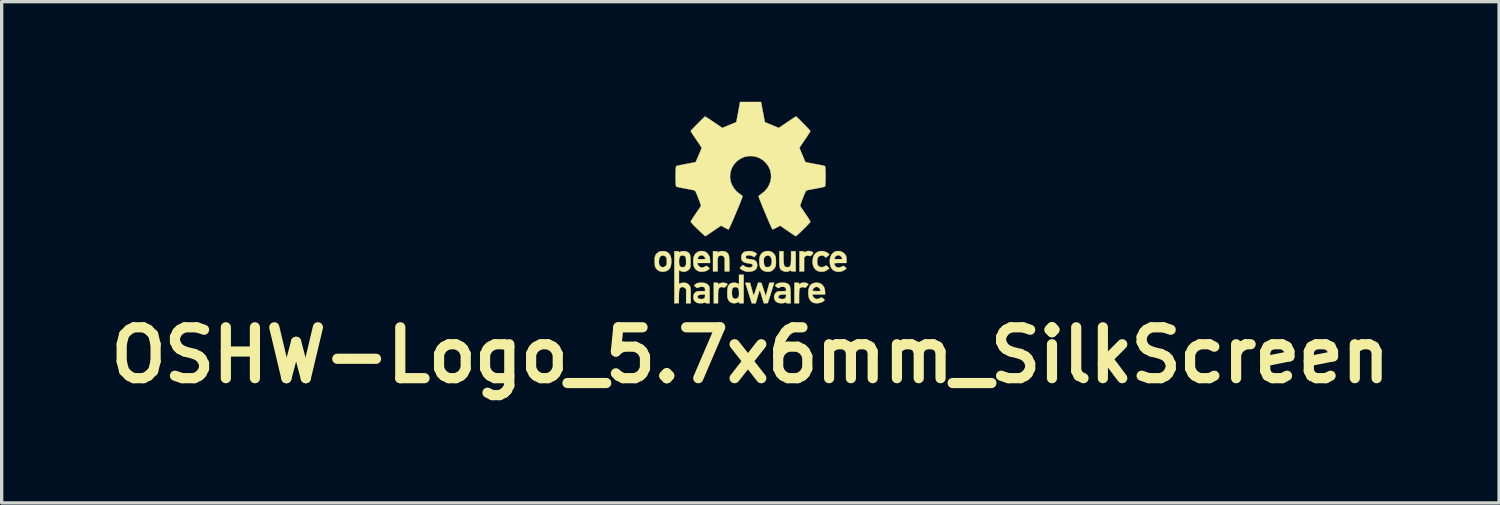
<source format=kicad_pcb>
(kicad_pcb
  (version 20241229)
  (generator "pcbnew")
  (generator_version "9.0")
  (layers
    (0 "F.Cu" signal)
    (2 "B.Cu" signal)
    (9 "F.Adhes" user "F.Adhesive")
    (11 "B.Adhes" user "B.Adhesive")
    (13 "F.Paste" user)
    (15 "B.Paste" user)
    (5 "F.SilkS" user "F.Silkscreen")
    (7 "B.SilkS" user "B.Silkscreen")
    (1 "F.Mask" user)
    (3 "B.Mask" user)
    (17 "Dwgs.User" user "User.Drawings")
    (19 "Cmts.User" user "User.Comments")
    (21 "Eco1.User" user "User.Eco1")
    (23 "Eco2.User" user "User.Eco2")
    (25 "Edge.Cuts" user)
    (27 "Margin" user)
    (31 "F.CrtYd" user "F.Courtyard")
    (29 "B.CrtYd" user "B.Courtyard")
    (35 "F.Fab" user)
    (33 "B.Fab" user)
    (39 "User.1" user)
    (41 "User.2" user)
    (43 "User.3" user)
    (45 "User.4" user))
  (footprint "OSHW-Logo_5.7x6mm_SilkScreen"
    (layer "F.Cu")
    (at 19.427 3.017)
    (property "Reference" "OSHW-Logo_5.7x6mm_SilkScreen" (at 0 4.572 0) (layer "F.SilkS") (effects (font (size 1.524 1.524) (thickness 0.305))))
    (attr exclude_from_pos_files exclude_from_bom)
    (fp_poly (pts (xy 1.799 1.458) (xy 1.843 1.471) (xy 1.871 1.488) (xy 1.88 1.501) (xy 1.877 1.517) (xy 1.861 1.541) (xy 1.847 1.559) (xy 1.819 1.59) (xy 1.798 1.604) (xy 1.78 1.603) (xy 1.726 1.589) (xy 1.687 1.59) (xy 1.655 1.605) (xy 1.644 1.614) (xy 1.61 1.646) (xy 1.61 2.062) (xy 1.471 2.062) (xy 1.471 1.459) (xy 1.54 1.459) (xy 1.582 1.46) (xy 1.603 1.466) (xy 1.61 1.477) (xy 1.61 1.478) (xy 1.612 1.49) (xy 1.626 1.488) (xy 1.644 1.48) (xy 1.682 1.464) (xy 1.713 1.454) (xy 1.753 1.451) (xy 1.799 1.458)) (stroke (width 0.01) (type solid)) (fill yes) (layer "F.SilkS"))
    (fp_poly (pts (xy 1.635 2.401) (xy 1.684 2.411) (xy 1.711 2.425) (xy 1.74 2.449) (xy 1.699 2.501) (xy 1.673 2.532) (xy 1.656 2.547) (xy 1.639 2.55) (xy 1.614 2.542) (xy 1.602 2.538) (xy 1.554 2.532) (xy 1.51 2.545) (xy 1.478 2.576) (xy 1.473 2.585) (xy 1.467 2.611) (xy 1.463 2.659) (xy 1.46 2.725) (xy 1.459 2.806) (xy 1.459 2.817) (xy 1.459 3.018) (xy 1.32 3.018) (xy 1.32 2.402) (xy 1.389 2.402) (xy 1.429 2.403) (xy 1.45 2.407) (xy 1.458 2.418) (xy 1.459 2.428) (xy 1.459 2.454) (xy 1.492 2.428) (xy 1.53 2.41) (xy 1.581 2.401) (xy 1.635 2.401)) (stroke (width 0.01) (type solid)) (fill yes) (layer "F.SilkS"))
    (fp_poly (pts (xy -0.993 2.403) (xy -0.975 2.409) (xy -0.968 2.421) (xy -0.968 2.427) (xy -0.967 2.442) (xy -0.96 2.445) (xy -0.939 2.434) (xy -0.927 2.427) (xy -0.889 2.411) (xy -0.844 2.403) (xy -0.797 2.403) (xy -0.752 2.409) (xy -0.716 2.42) (xy -0.693 2.436) (xy -0.688 2.456) (xy -0.69 2.462) (xy -0.707 2.485) (xy -0.733 2.513) (xy -0.738 2.517) (xy -0.762 2.538) (xy -0.784 2.545) (xy -0.814 2.54) (xy -0.826 2.537) (xy -0.863 2.529) (xy -0.889 2.533) (xy -0.911 2.545) (xy -0.931 2.561) (xy -0.946 2.581) (xy -0.956 2.609) (xy -0.963 2.648) (xy -0.967 2.704) (xy -0.968 2.779) (xy -0.968 2.824) (xy -0.968 3.018) (xy -1.094 3.018) (xy -1.094 2.402) (xy -1.031 2.402) (xy -0.993 2.403)) (stroke (width 0.01) (type solid)) (fill yes) (layer "F.SilkS"))
    (fp_poly (pts (xy 0.993 1.654) (xy 0.995 1.747) (xy 0.999 1.817) (xy 1.008 1.867) (xy 1.022 1.902) (xy 1.042 1.923) (xy 1.071 1.933) (xy 1.107 1.936) (xy 1.144 1.933) (xy 1.172 1.922) (xy 1.192 1.9) (xy 1.206 1.865) (xy 1.214 1.814) (xy 1.219 1.742) (xy 1.22 1.654) (xy 1.22 1.459) (xy 1.358 1.459) (xy 1.358 2.062) (xy 1.289 2.062) (xy 1.247 2.06) (xy 1.226 2.055) (xy 1.22 2.043) (xy 1.216 2.033) (xy 1.202 2.035) (xy 1.173 2.05) (xy 1.106 2.071) (xy 1.036 2.07) (xy 0.968 2.046) (xy 0.936 2.027) (xy 0.912 2.007) (xy 0.894 1.982) (xy 0.881 1.947) (xy 0.874 1.901) (xy 0.87 1.839) (xy 0.868 1.758) (xy 0.868 1.695) (xy 0.868 1.459) (xy 0.993 1.459) (xy 0.993 1.654)) (stroke (width 0.01) (type solid)) (fill yes) (layer "F.SilkS"))
    (fp_poly (pts (xy -0.754 1.469) (xy -0.723 1.484) (xy -0.692 1.506) (xy -0.669 1.53) (xy -0.652 1.562) (xy -0.641 1.604) (xy -0.634 1.66) (xy -0.63 1.734) (xy -0.629 1.829) (xy -0.629 1.839) (xy -0.629 2.062) (xy -0.767 2.062) (xy -0.767 1.856) (xy -0.767 1.78) (xy -0.768 1.725) (xy -0.77 1.687) (xy -0.773 1.661) (xy -0.779 1.643) (xy -0.788 1.63) (xy -0.8 1.618) (xy -0.843 1.59) (xy -0.89 1.585) (xy -0.934 1.602) (xy -0.95 1.615) (xy -0.961 1.627) (xy -0.969 1.641) (xy -0.975 1.659) (xy -0.978 1.686) (xy -0.98 1.726) (xy -0.981 1.784) (xy -0.981 1.854) (xy -0.981 2.062) (xy -1.119 2.062) (xy -1.119 1.459) (xy -1.05 1.459) (xy -1.008 1.46) (xy -0.987 1.466) (xy -0.981 1.477) (xy -0.981 1.478) (xy -0.978 1.489) (xy -0.965 1.488) (xy -0.94 1.475) (xy -0.883 1.457) (xy -0.817 1.455) (xy -0.754 1.469)) (stroke (width 0.01) (type solid)) (fill yes) (layer "F.SilkS"))
    (fp_poly (pts (xy 2.217 1.464) (xy 2.29 1.495) (xy 2.313 1.51) (xy 2.342 1.533) (xy 2.361 1.551) (xy 2.364 1.557) (xy 2.355 1.57) (xy 2.332 1.593) (xy 2.313 1.608) (xy 2.263 1.649) (xy 2.223 1.615) (xy 2.192 1.594) (xy 2.162 1.586) (xy 2.127 1.588) (xy 2.073 1.602) (xy 2.035 1.63) (xy 2.012 1.675) (xy 2.002 1.741) (xy 2.002 1.741) (xy 2.002 1.815) (xy 2.016 1.869) (xy 2.044 1.906) (xy 2.063 1.918) (xy 2.114 1.934) (xy 2.168 1.934) (xy 2.215 1.919) (xy 2.226 1.911) (xy 2.253 1.893) (xy 2.275 1.889) (xy 2.299 1.903) (xy 2.325 1.929) (xy 2.366 1.971) (xy 2.32 2.008) (xy 2.25 2.051) (xy 2.17 2.072) (xy 2.087 2.07) (xy 2.033 2.056) (xy 1.969 2.022) (xy 1.918 1.968) (xy 1.895 1.93) (xy 1.876 1.876) (xy 1.867 1.806) (xy 1.867 1.731) (xy 1.876 1.659) (xy 1.894 1.599) (xy 1.897 1.593) (xy 1.94 1.532) (xy 1.998 1.488) (xy 2.067 1.461) (xy 2.141 1.453) (xy 2.217 1.464)) (stroke (width 0.01) (type solid)) (fill yes) (layer "F.SilkS"))
    (fp_poly (pts (xy 0.611 1.466) (xy 0.674 1.501) (xy 0.724 1.555) (xy 0.748 1.6) (xy 0.758 1.639) (xy 0.764 1.695) (xy 0.767 1.76) (xy 0.766 1.824) (xy 0.761 1.881) (xy 0.755 1.912) (xy 0.734 1.953) (xy 0.698 1.997) (xy 0.656 2.036) (xy 0.613 2.061) (xy 0.612 2.061) (xy 0.56 2.072) (xy 0.497 2.073) (xy 0.438 2.063) (xy 0.415 2.055) (xy 0.356 2.021) (xy 0.314 1.978) (xy 0.286 1.92) (xy 0.271 1.844) (xy 0.267 1.804) (xy 0.268 1.754) (xy 0.402 1.754) (xy 0.407 1.827) (xy 0.42 1.882) (xy 0.441 1.918) (xy 0.456 1.928) (xy 0.493 1.935) (xy 0.539 1.933) (xy 0.577 1.923) (xy 0.588 1.917) (xy 0.615 1.885) (xy 0.632 1.835) (xy 0.64 1.774) (xy 0.636 1.708) (xy 0.628 1.669) (xy 0.604 1.624) (xy 0.567 1.595) (xy 0.522 1.586) (xy 0.475 1.596) (xy 0.439 1.621) (xy 0.42 1.642) (xy 0.409 1.662) (xy 0.404 1.69) (xy 0.402 1.733) (xy 0.402 1.754) (xy 0.268 1.754) (xy 0.268 1.698) (xy 0.285 1.611) (xy 0.319 1.543) (xy 0.369 1.494) (xy 0.435 1.464) (xy 0.45 1.46) (xy 0.535 1.452) (xy 0.611 1.466)) (stroke (width 0.01) (type solid)) (fill yes) (layer "F.SilkS"))
    (fp_poly (pts (xy 0.282 2.404) (xy 0.331 2.408) (xy 0.461 2.798) (xy 0.482 2.729) (xy 0.494 2.686) (xy 0.51 2.628) (xy 0.528 2.565) (xy 0.537 2.531) (xy 0.571 2.402) (xy 0.714 2.402) (xy 0.672 2.537) (xy 0.651 2.603) (xy 0.625 2.684) (xy 0.599 2.767) (xy 0.575 2.842) (xy 0.521 3.012) (xy 0.463 3.015) (xy 0.404 3.019) (xy 0.373 2.915) (xy 0.353 2.85) (xy 0.332 2.778) (xy 0.313 2.715) (xy 0.313 2.713) (xy 0.299 2.67) (xy 0.286 2.641) (xy 0.278 2.63) (xy 0.276 2.631) (xy 0.27 2.648) (xy 0.258 2.685) (xy 0.242 2.736) (xy 0.224 2.798) (xy 0.214 2.832) (xy 0.159 3.018) (xy 0.043 3.018) (xy -0.049 2.725) (xy -0.075 2.643) (xy -0.099 2.569) (xy -0.119 2.506) (xy -0.135 2.457) (xy -0.145 2.426) (xy -0.148 2.417) (xy -0.146 2.407) (xy -0.127 2.403) (xy -0.087 2.404) (xy -0.081 2.404) (xy -0.008 2.408) (xy 0.04 2.584) (xy 0.058 2.648) (xy 0.073 2.705) (xy 0.086 2.748) (xy 0.094 2.775) (xy 0.095 2.779) (xy 0.101 2.774) (xy 0.113 2.749) (xy 0.13 2.706) (xy 0.15 2.65) (xy 0.167 2.599) (xy 0.232 2.401) (xy 0.282 2.404)) (stroke (width 0.01) (type solid)) (fill yes) (layer "F.SilkS"))
    (fp_poly (pts (xy -2.538 1.465) (xy -2.472 1.494) (xy -2.423 1.543) (xy -2.388 1.611) (xy -2.37 1.699) (xy -2.369 1.712) (xy -2.368 1.809) (xy -2.381 1.894) (xy -2.408 1.962) (xy -2.423 1.984) (xy -2.473 2.031) (xy -2.538 2.061) (xy -2.61 2.074) (xy -2.683 2.067) (xy -2.739 2.048) (xy -2.787 2.015) (xy -2.826 1.971) (xy -2.827 1.97) (xy -2.843 1.943) (xy -2.853 1.916) (xy -2.86 1.882) (xy -2.863 1.834) (xy -2.865 1.795) (xy -2.866 1.759) (xy -2.74 1.759) (xy -2.739 1.795) (xy -2.734 1.842) (xy -2.726 1.872) (xy -2.712 1.894) (xy -2.699 1.907) (xy -2.652 1.933) (xy -2.603 1.937) (xy -2.557 1.918) (xy -2.534 1.896) (xy -2.517 1.875) (xy -2.507 1.854) (xy -2.503 1.828) (xy -2.503 1.788) (xy -2.504 1.751) (xy -2.507 1.698) (xy -2.512 1.664) (xy -2.52 1.641) (xy -2.533 1.624) (xy -2.544 1.615) (xy -2.589 1.589) (xy -2.637 1.588) (xy -2.678 1.603) (xy -2.713 1.635) (xy -2.733 1.687) (xy -2.74 1.759) (xy -2.866 1.759) (xy -2.866 1.717) (xy -2.864 1.658) (xy -2.856 1.614) (xy -2.843 1.579) (xy -2.822 1.549) (xy -2.814 1.539) (xy -2.766 1.494) (xy -2.714 1.467) (xy -2.651 1.456) (xy -2.62 1.455) (xy -2.538 1.465)) (stroke (width 0.01) (type solid)) (fill yes) (layer "F.SilkS"))
    (fp_poly (pts (xy -0.201 3.018) (xy -0.27 3.018) (xy -0.31 3.017) (xy -0.331 3.012) (xy -0.339 3.001) (xy -0.34 2.994) (xy -0.341 2.98) (xy -0.349 2.977) (xy -0.37 2.986) (xy -0.386 2.994) (xy -0.449 3.014) (xy -0.517 3.015) (xy -0.573 3) (xy -0.624 2.965) (xy -0.664 2.913) (xy -0.685 2.851) (xy -0.686 2.848) (xy -0.689 2.811) (xy -0.691 2.757) (xy -0.691 2.716) (xy -0.553 2.716) (xy -0.55 2.77) (xy -0.543 2.815) (xy -0.533 2.84) (xy -0.496 2.874) (xy -0.452 2.887) (xy -0.407 2.877) (xy -0.368 2.847) (xy -0.353 2.827) (xy -0.345 2.803) (xy -0.34 2.768) (xy -0.34 2.716) (xy -0.341 2.664) (xy -0.346 2.619) (xy -0.353 2.588) (xy -0.354 2.585) (xy -0.38 2.553) (xy -0.42 2.535) (xy -0.463 2.532) (xy -0.504 2.545) (xy -0.534 2.573) (xy -0.537 2.578) (xy -0.547 2.612) (xy -0.552 2.661) (xy -0.553 2.716) (xy -0.691 2.716) (xy -0.691 2.696) (xy -0.69 2.663) (xy -0.684 2.581) (xy -0.671 2.52) (xy -0.649 2.474) (xy -0.618 2.441) (xy -0.587 2.421) (xy -0.544 2.407) (xy -0.491 2.402) (xy -0.436 2.406) (xy -0.39 2.418) (xy -0.365 2.433) (xy -0.34 2.456) (xy -0.34 2.163) (xy -0.201 2.163) (xy -0.201 3.018)) (stroke (width 0.01) (type solid)) (fill yes) (layer "F.SilkS"))
    (fp_poly (pts (xy 2.678 1.456) (xy 2.71 1.464) (xy 2.772 1.493) (xy 2.825 1.537) (xy 2.861 1.589) (xy 2.866 1.601) (xy 2.873 1.632) (xy 2.878 1.677) (xy 2.88 1.723) (xy 2.88 1.811) (xy 2.697 1.811) (xy 2.622 1.811) (xy 2.569 1.813) (xy 2.535 1.817) (xy 2.518 1.826) (xy 2.514 1.84) (xy 2.521 1.86) (xy 2.533 1.884) (xy 2.566 1.925) (xy 2.612 1.945) (xy 2.669 1.944) (xy 2.733 1.922) (xy 2.788 1.895) (xy 2.834 1.932) (xy 2.88 1.968) (xy 2.837 2.008) (xy 2.779 2.046) (xy 2.708 2.068) (xy 2.632 2.075) (xy 2.558 2.063) (xy 2.546 2.059) (xy 2.481 2.026) (xy 2.433 1.975) (xy 2.4 1.906) (xy 2.382 1.818) (xy 2.382 1.816) (xy 2.381 1.72) (xy 2.387 1.686) (xy 2.515 1.686) (xy 2.527 1.691) (xy 2.558 1.695) (xy 2.605 1.697) (xy 2.635 1.698) (xy 2.691 1.697) (xy 2.725 1.696) (xy 2.744 1.692) (xy 2.75 1.685) (xy 2.748 1.674) (xy 2.747 1.669) (xy 2.724 1.627) (xy 2.689 1.594) (xy 2.658 1.579) (xy 2.616 1.58) (xy 2.574 1.598) (xy 2.539 1.629) (xy 2.518 1.666) (xy 2.515 1.686) (xy 2.387 1.686) (xy 2.397 1.635) (xy 2.429 1.564) (xy 2.475 1.509) (xy 2.533 1.471) (xy 2.601 1.453) (xy 2.678 1.456)) (stroke (width 0.01) (type solid)) (fill yes) (layer "F.SilkS"))
    (fp_poly (pts (xy 0.014 1.456) (xy 0.062 1.465) (xy 0.111 1.484) (xy 0.116 1.487) (xy 0.154 1.506) (xy 0.18 1.525) (xy 0.188 1.537) (xy 0.18 1.556) (xy 0.161 1.584) (xy 0.152 1.594) (xy 0.117 1.636) (xy 0.071 1.609) (xy 0.027 1.591) (xy -0.023 1.581) (xy -0.071 1.581) (xy -0.109 1.59) (xy -0.117 1.595) (xy -0.135 1.621) (xy -0.137 1.651) (xy -0.124 1.674) (xy -0.116 1.679) (xy -0.094 1.684) (xy -0.054 1.691) (xy -0.005 1.697) (xy 0.004 1.698) (xy 0.083 1.712) (xy 0.14 1.735) (xy 0.178 1.77) (xy 0.199 1.818) (xy 0.206 1.878) (xy 0.197 1.945) (xy 0.167 1.998) (xy 0.117 2.037) (xy 0.047 2.061) (xy -0.031 2.071) (xy -0.095 2.071) (xy -0.147 2.062) (xy -0.182 2.05) (xy -0.227 2.029) (xy -0.268 2.005) (xy -0.283 1.994) (xy -0.321 1.963) (xy -0.275 1.917) (xy -0.23 1.871) (xy -0.178 1.905) (xy -0.126 1.931) (xy -0.071 1.944) (xy -0.017 1.946) (xy 0.028 1.935) (xy 0.06 1.914) (xy 0.07 1.895) (xy 0.069 1.865) (xy 0.043 1.843) (xy -0.007 1.827) (xy -0.061 1.82) (xy -0.145 1.806) (xy -0.207 1.78) (xy -0.248 1.741) (xy -0.27 1.688) (xy -0.273 1.625) (xy -0.258 1.56) (xy -0.225 1.51) (xy -0.171 1.476) (xy -0.099 1.458) (xy -0.045 1.455) (xy 0.014 1.456)) (stroke (width 0.01) (type solid)) (fill yes) (layer "F.SilkS"))
    (fp_poly (pts (xy 2.033 2.405) (xy 2.093 2.421) (xy 2.143 2.453) (xy 2.167 2.477) (xy 2.207 2.534) (xy 2.23 2.6) (xy 2.238 2.681) (xy 2.238 2.688) (xy 2.238 2.754) (xy 1.858 2.754) (xy 1.866 2.788) (xy 1.881 2.82) (xy 1.907 2.852) (xy 1.912 2.857) (xy 1.958 2.886) (xy 2.01 2.89) (xy 2.071 2.872) (xy 2.081 2.867) (xy 2.112 2.852) (xy 2.133 2.843) (xy 2.137 2.842) (xy 2.15 2.85) (xy 2.174 2.869) (xy 2.187 2.879) (xy 2.212 2.903) (xy 2.221 2.919) (xy 2.215 2.934) (xy 2.212 2.938) (xy 2.191 2.955) (xy 2.156 2.976) (xy 2.131 2.988) (xy 2.062 3.01) (xy 1.985 3.017) (xy 1.913 3.009) (xy 1.892 3.003) (xy 1.829 2.969) (xy 1.783 2.917) (xy 1.752 2.846) (xy 1.737 2.757) (xy 1.736 2.71) (xy 1.74 2.641) (xy 1.861 2.641) (xy 1.873 2.646) (xy 1.904 2.65) (xy 1.95 2.653) (xy 1.98 2.653) (xy 2.036 2.653) (xy 2.071 2.651) (xy 2.09 2.647) (xy 2.098 2.639) (xy 2.1 2.628) (xy 2.089 2.594) (xy 2.062 2.561) (xy 2.026 2.535) (xy 1.991 2.525) (xy 1.942 2.534) (xy 1.9 2.561) (xy 1.871 2.6) (xy 1.861 2.641) (xy 1.74 2.641) (xy 1.743 2.61) (xy 1.764 2.531) (xy 1.8 2.471) (xy 1.852 2.431) (xy 1.92 2.408) (xy 1.957 2.404) (xy 2.033 2.405)) (stroke (width 0.01) (type solid)) (fill yes) (layer "F.SilkS"))
    (fp_poly (pts (xy -1.357 1.473) (xy -1.344 1.479) (xy -1.301 1.51) (xy -1.26 1.557) (xy -1.229 1.608) (xy -1.22 1.631) (xy -1.213 1.673) (xy -1.208 1.724) (xy -1.207 1.745) (xy -1.207 1.811) (xy -1.587 1.811) (xy -1.579 1.845) (xy -1.559 1.886) (xy -1.524 1.922) (xy -1.483 1.944) (xy -1.457 1.949) (xy -1.421 1.943) (xy -1.378 1.929) (xy -1.364 1.922) (xy -1.31 1.896) (xy -1.265 1.93) (xy -1.238 1.954) (xy -1.224 1.973) (xy -1.223 1.979) (xy -1.236 1.993) (xy -1.263 2.014) (xy -1.288 2.03) (xy -1.356 2.06) (xy -1.431 2.073) (xy -1.506 2.07) (xy -1.565 2.052) (xy -1.627 2.013) (xy -1.671 1.962) (xy -1.698 1.895) (xy -1.71 1.811) (xy -1.711 1.773) (xy -1.707 1.685) (xy -1.706 1.682) (xy -1.581 1.682) (xy -1.577 1.691) (xy -1.563 1.695) (xy -1.533 1.697) (xy -1.485 1.698) (xy -1.466 1.698) (xy -1.408 1.697) (xy -1.372 1.694) (xy -1.353 1.689) (xy -1.346 1.681) (xy -1.345 1.679) (xy -1.353 1.658) (xy -1.373 1.63) (xy -1.382 1.62) (xy -1.413 1.591) (xy -1.446 1.58) (xy -1.464 1.579) (xy -1.512 1.591) (xy -1.552 1.622) (xy -1.577 1.668) (xy -1.578 1.669) (xy -1.581 1.682) (xy -1.706 1.682) (xy -1.692 1.616) (xy -1.666 1.56) (xy -1.634 1.521) (xy -1.574 1.478) (xy -1.504 1.455) (xy -1.43 1.453) (xy -1.357 1.473)) (stroke (width 0.01) (type solid)) (fill yes) (layer "F.SilkS"))
    (fp_poly (pts (xy 1.038 2.405) (xy 1.091 2.418) (xy 1.107 2.425) (xy 1.136 2.443) (xy 1.159 2.463) (xy 1.176 2.489) (xy 1.188 2.524) (xy 1.196 2.572) (xy 1.201 2.636) (xy 1.204 2.72) (xy 1.205 2.776) (xy 1.209 3.018) (xy 1.139 3.018) (xy 1.096 3.016) (xy 1.074 3.01) (xy 1.069 3) (xy 1.066 2.989) (xy 1.052 2.991) (xy 1.034 3) (xy 0.989 3.013) (xy 0.93 3.017) (xy 0.868 3.011) (xy 0.814 2.996) (xy 0.809 2.993) (xy 0.759 2.958) (xy 0.726 2.909) (xy 0.711 2.852) (xy 0.712 2.832) (xy 0.836 2.832) (xy 0.846 2.859) (xy 0.879 2.879) (xy 0.931 2.89) (xy 0.959 2.891) (xy 1.005 2.888) (xy 1.036 2.874) (xy 1.044 2.867) (xy 1.064 2.831) (xy 1.069 2.798) (xy 1.069 2.754) (xy 1.008 2.754) (xy 0.936 2.757) (xy 0.886 2.769) (xy 0.855 2.789) (xy 0.848 2.798) (xy 0.836 2.832) (xy 0.712 2.832) (xy 0.714 2.792) (xy 0.737 2.735) (xy 0.768 2.697) (xy 0.786 2.68) (xy 0.805 2.669) (xy 0.829 2.662) (xy 0.864 2.658) (xy 0.917 2.656) (xy 0.938 2.655) (xy 1.069 2.651) (xy 1.069 2.611) (xy 1.064 2.569) (xy 1.045 2.544) (xy 1.008 2.528) (xy 1.007 2.528) (xy 0.954 2.521) (xy 0.903 2.53) (xy 0.865 2.55) (xy 0.849 2.56) (xy 0.833 2.558) (xy 0.807 2.544) (xy 0.792 2.534) (xy 0.763 2.512) (xy 0.745 2.496) (xy 0.742 2.491) (xy 0.754 2.467) (xy 0.789 2.438) (xy 0.805 2.428) (xy 0.849 2.412) (xy 0.908 2.402) (xy 0.974 2.4) (xy 1.038 2.405)) (stroke (width 0.01) (type solid)) (fill yes) (layer "F.SilkS"))
    (fp_poly (pts (xy -1.384 2.407) (xy -1.325 2.422) (xy -1.28 2.451) (xy -1.248 2.488) (xy -1.238 2.504) (xy -1.231 2.521) (xy -1.226 2.543) (xy -1.223 2.573) (xy -1.221 2.615) (xy -1.22 2.674) (xy -1.22 2.753) (xy -1.22 2.774) (xy -1.22 3.018) (xy -1.28 3.018) (xy -1.319 3.015) (xy -1.347 3.008) (xy -1.354 3.004) (xy -1.374 2.997) (xy -1.394 3.004) (xy -1.426 3.013) (xy -1.474 3.017) (xy -1.527 3.015) (xy -1.575 3.009) (xy -1.603 3) (xy -1.658 2.965) (xy -1.692 2.916) (xy -1.707 2.852) (xy -1.707 2.85) (xy -1.706 2.822) (xy -1.584 2.822) (xy -1.574 2.854) (xy -1.556 2.873) (xy -1.522 2.886) (xy -1.476 2.892) (xy -1.429 2.889) (xy -1.392 2.878) (xy -1.381 2.871) (xy -1.363 2.839) (xy -1.358 2.802) (xy -1.358 2.754) (xy -1.428 2.754) (xy -1.494 2.759) (xy -1.544 2.773) (xy -1.575 2.796) (xy -1.584 2.822) (xy -1.706 2.822) (xy -1.704 2.78) (xy -1.681 2.724) (xy -1.637 2.682) (xy -1.631 2.678) (xy -1.605 2.665) (xy -1.573 2.658) (xy -1.528 2.654) (xy -1.474 2.653) (xy -1.358 2.653) (xy -1.358 2.604) (xy -1.363 2.567) (xy -1.376 2.541) (xy -1.377 2.54) (xy -1.405 2.529) (xy -1.447 2.525) (xy -1.494 2.527) (xy -1.535 2.535) (xy -1.56 2.547) (xy -1.573 2.557) (xy -1.587 2.559) (xy -1.607 2.551) (xy -1.636 2.531) (xy -1.68 2.497) (xy -1.684 2.494) (xy -1.682 2.482) (xy -1.665 2.463) (xy -1.638 2.441) (xy -1.61 2.423) (xy -1.6 2.419) (xy -1.567 2.41) (xy -1.519 2.404) (xy -1.465 2.402) (xy -1.462 2.402) (xy -1.384 2.407)) (stroke (width 0.01) (type solid)) (fill yes) (layer "F.SilkS"))
    (fp_poly (pts (xy -1.909 1.469) (xy -1.882 1.482) (xy -1.85 1.505) (xy -1.826 1.53) (xy -1.809 1.561) (xy -1.799 1.603) (xy -1.794 1.66) (xy -1.792 1.736) (xy -1.792 1.769) (xy -1.792 1.841) (xy -1.794 1.892) (xy -1.796 1.927) (xy -1.802 1.952) (xy -1.81 1.97) (xy -1.818 1.982) (xy -1.87 2.034) (xy -1.932 2.065) (xy -1.999 2.075) (xy -2.066 2.061) (xy -2.087 2.051) (xy -2.138 2.025) (xy -2.138 2.44) (xy -2.101 2.421) (xy -2.052 2.406) (xy -1.992 2.402) (xy -1.932 2.409) (xy -1.886 2.425) (xy -1.849 2.455) (xy -1.817 2.498) (xy -1.814 2.502) (xy -1.804 2.523) (xy -1.797 2.544) (xy -1.791 2.57) (xy -1.788 2.604) (xy -1.786 2.651) (xy -1.786 2.715) (xy -1.786 2.787) (xy -1.786 3.018) (xy -1.924 3.018) (xy -1.924 2.593) (xy -1.963 2.56) (xy -2.003 2.534) (xy -2.041 2.529) (xy -2.079 2.541) (xy -2.099 2.553) (xy -2.115 2.57) (xy -2.125 2.596) (xy -2.133 2.634) (xy -2.137 2.688) (xy -2.14 2.761) (xy -2.141 2.81) (xy -2.144 3.012) (xy -2.21 3.015) (xy -2.276 3.019) (xy -2.276 1.771) (xy -2.138 1.771) (xy -2.134 1.84) (xy -2.122 1.889) (xy -2.1 1.919) (xy -2.066 1.933) (xy -2.031 1.936) (xy -1.991 1.933) (xy -1.965 1.92) (xy -1.949 1.902) (xy -1.936 1.883) (xy -1.928 1.862) (xy -1.925 1.832) (xy -1.925 1.787) (xy -1.926 1.75) (xy -1.929 1.694) (xy -1.932 1.657) (xy -1.939 1.633) (xy -1.95 1.617) (xy -1.96 1.608) (xy -2.002 1.589) (xy -2.052 1.585) (xy -2.08 1.592) (xy -2.109 1.616) (xy -2.128 1.664) (xy -2.137 1.734) (xy -2.138 1.771) (xy -2.276 1.771) (xy -2.276 1.459) (xy -2.207 1.459) (xy -2.165 1.46) (xy -2.144 1.466) (xy -2.138 1.477) (xy -2.138 1.478) (xy -2.135 1.489) (xy -2.122 1.488) (xy -2.097 1.475) (xy -2.038 1.457) (xy -1.972 1.455) (xy -1.909 1.469)) (stroke (width 0.01) (type solid)) (fill yes) (layer "F.SilkS"))
    (fp_poly (pts (xy 0.377 -2.71) (xy 0.434 -2.408) (xy 0.853 -2.235) (xy 1.105 -2.407) (xy 1.175 -2.454) (xy 1.239 -2.497) (xy 1.293 -2.532) (xy 1.334 -2.559) (xy 1.36 -2.574) (xy 1.367 -2.578) (xy 1.379 -2.569) (xy 1.406 -2.545) (xy 1.444 -2.509) (xy 1.491 -2.464) (xy 1.542 -2.413) (xy 1.596 -2.358) (xy 1.649 -2.304) (xy 1.698 -2.253) (xy 1.741 -2.208) (xy 1.773 -2.172) (xy 1.793 -2.148) (xy 1.798 -2.14) (xy 1.791 -2.125) (xy 1.772 -2.093) (xy 1.742 -2.047) (xy 1.705 -1.989) (xy 1.66 -1.923) (xy 1.635 -1.886) (xy 1.588 -1.817) (xy 1.546 -1.755) (xy 1.512 -1.703) (xy 1.487 -1.664) (xy 1.473 -1.641) (xy 1.471 -1.636) (xy 1.476 -1.622) (xy 1.489 -1.59) (xy 1.508 -1.544) (xy 1.531 -1.488) (xy 1.557 -1.427) (xy 1.583 -1.366) (xy 1.607 -1.31) (xy 1.628 -1.262) (xy 1.643 -1.228) (xy 1.651 -1.211) (xy 1.652 -1.211) (xy 1.665 -1.208) (xy 1.699 -1.201) (xy 1.75 -1.191) (xy 1.816 -1.178) (xy 1.893 -1.163) (xy 1.937 -1.155) (xy 2.019 -1.14) (xy 2.093 -1.125) (xy 2.155 -1.112) (xy 2.202 -1.101) (xy 2.23 -1.093) (xy 2.235 -1.091) (xy 2.241 -1.074) (xy 2.245 -1.037) (xy 2.248 -0.983) (xy 2.251 -0.917) (xy 2.252 -0.844) (xy 2.252 -0.767) (xy 2.251 -0.691) (xy 2.249 -0.621) (xy 2.246 -0.56) (xy 2.243 -0.514) (xy 2.238 -0.486) (xy 2.235 -0.48) (xy 2.217 -0.473) (xy 2.179 -0.463) (xy 2.127 -0.451) (xy 2.065 -0.439) (xy 2.043 -0.435) (xy 1.938 -0.415) (xy 1.855 -0.4) (xy 1.792 -0.388) (xy 1.745 -0.378) (xy 1.711 -0.37) (xy 1.689 -0.363) (xy 1.676 -0.357) (xy 1.667 -0.351) (xy 1.666 -0.35) (xy 1.655 -0.331) (xy 1.638 -0.294) (xy 1.616 -0.244) (xy 1.592 -0.185) (xy 1.567 -0.121) (xy 1.543 -0.058) (xy 1.522 0.001) (xy 1.505 0.05) (xy 1.494 0.086) (xy 1.492 0.104) (xy 1.492 0.104) (xy 1.501 0.119) (xy 1.523 0.151) (xy 1.554 0.197) (xy 1.593 0.253) (xy 1.637 0.318) (xy 1.649 0.336) (xy 1.694 0.402) (xy 1.733 0.462) (xy 1.765 0.513) (xy 1.787 0.552) (xy 1.798 0.574) (xy 1.798 0.576) (xy 1.789 0.591) (xy 1.765 0.619) (xy 1.729 0.658) (xy 1.683 0.706) (xy 1.632 0.758) (xy 1.577 0.812) (xy 1.523 0.865) (xy 1.472 0.913) (xy 1.427 0.955) (xy 1.391 0.985) (xy 1.368 1.003) (xy 1.362 1.006) (xy 1.347 0.999) (xy 1.316 0.981) (xy 1.275 0.954) (xy 1.244 0.933) (xy 1.187 0.894) (xy 1.119 0.847) (xy 1.051 0.801) (xy 1.014 0.776) (xy 0.891 0.693) (xy 0.787 0.749) (xy 0.74 0.773) (xy 0.7 0.792) (xy 0.672 0.803) (xy 0.665 0.805) (xy 0.657 0.794) (xy 0.641 0.762) (xy 0.617 0.713) (xy 0.588 0.649) (xy 0.555 0.574) (xy 0.518 0.489) (xy 0.48 0.399) (xy 0.441 0.306) (xy 0.402 0.213) (xy 0.365 0.123) (xy 0.331 0.039) (xy 0.301 -0.037) (xy 0.276 -0.1) (xy 0.258 -0.15) (xy 0.248 -0.182) (xy 0.246 -0.193) (xy 0.259 -0.206) (xy 0.288 -0.229) (xy 0.325 -0.256) (xy 0.329 -0.258) (xy 0.426 -0.336) (xy 0.505 -0.427) (xy 0.564 -0.528) (xy 0.603 -0.637) (xy 0.621 -0.749) (xy 0.617 -0.863) (xy 0.591 -0.976) (xy 0.542 -1.084) (xy 0.527 -1.108) (xy 0.452 -1.203) (xy 0.364 -1.28) (xy 0.265 -1.337) (xy 0.158 -1.375) (xy 0.047 -1.393) (xy -0.066 -1.39) (xy -0.176 -1.367) (xy -0.282 -1.322) (xy -0.38 -1.256) (xy -0.41 -1.23) (xy -0.488 -1.145) (xy -0.544 -1.057) (xy -0.582 -0.958) (xy -0.604 -0.86) (xy -0.609 -0.749) (xy -0.591 -0.638) (xy -0.553 -0.531) (xy -0.494 -0.43) (xy -0.418 -0.34) (xy -0.327 -0.264) (xy -0.315 -0.256) (xy -0.277 -0.23) (xy -0.248 -0.207) (xy -0.234 -0.193) (xy -0.234 -0.193) (xy -0.237 -0.177) (xy -0.248 -0.141) (xy -0.268 -0.089) (xy -0.293 -0.023) (xy -0.324 0.055) (xy -0.359 0.14) (xy -0.397 0.231) (xy -0.436 0.325) (xy -0.475 0.417) (xy -0.513 0.506) (xy -0.549 0.589) (xy -0.582 0.662) (xy -0.61 0.724) (xy -0.632 0.77) (xy -0.647 0.797) (xy -0.653 0.805) (xy -0.671 0.799) (xy -0.706 0.784) (xy -0.75 0.762) (xy -0.774 0.749) (xy -0.878 0.693) (xy -1.002 0.776) (xy -1.065 0.819) (xy -1.134 0.866) (xy -1.199 0.911) (xy -1.231 0.933) (xy -1.277 0.963) (xy -1.315 0.988) (xy -1.342 1.003) (xy -1.351 1.006) (xy -1.363 0.997) (xy -1.391 0.974) (xy -1.431 0.937) (xy -1.482 0.891) (xy -1.539 0.836) (xy -1.575 0.801) (xy -1.639 0.739) (xy -1.694 0.683) (xy -1.738 0.636) (xy -1.769 0.601) (xy -1.784 0.579) (xy -1.786 0.575) (xy -1.779 0.558) (xy -1.76 0.524) (xy -1.73 0.476) (xy -1.693 0.419) (xy -1.649 0.354) (xy -1.637 0.336) (xy -1.592 0.27) (xy -1.551 0.211) (xy -1.518 0.162) (xy -1.493 0.126) (xy -1.481 0.107) (xy -1.479 0.104) (xy -1.481 0.089) (xy -1.491 0.055) (xy -1.507 0.006) (xy -1.528 -0.052) (xy -1.552 -0.115) (xy -1.577 -0.178) (xy -1.601 -0.238) (xy -1.623 -0.29) (xy -1.641 -0.328) (xy -1.653 -0.349) (xy -1.654 -0.35) (xy -1.661 -0.356) (xy -1.674 -0.362) (xy -1.694 -0.369) (xy -1.725 -0.376) (xy -1.769 -0.386) (xy -1.829 -0.397) (xy -1.908 -0.412) (xy -2.009 -0.431) (xy -2.03 -0.435) (xy -2.095 -0.447) (xy -2.151 -0.459) (xy -2.194 -0.47) (xy -2.219 -0.478) (xy -2.222 -0.48) (xy -2.228 -0.497) (xy -2.232 -0.534) (xy -2.235 -0.588) (xy -2.238 -0.654) (xy -2.239 -0.728) (xy -2.239 -0.804) (xy -2.239 -0.88) (xy -2.237 -0.95) (xy -2.234 -1.011) (xy -2.23 -1.057) (xy -2.225 -1.085) (xy -2.223 -1.091) (xy -2.206 -1.096) (xy -2.169 -1.106) (xy -2.114 -1.118) (xy -2.045 -1.132) (xy -1.967 -1.147) (xy -1.925 -1.155) (xy -1.844 -1.17) (xy -1.772 -1.184) (xy -1.712 -1.196) (xy -1.668 -1.204) (xy -1.643 -1.21) (xy -1.639 -1.211) (xy -1.633 -1.224) (xy -1.618 -1.256) (xy -1.598 -1.302) (xy -1.574 -1.358) (xy -1.548 -1.418) (xy -1.522 -1.479) (xy -1.498 -1.536) (xy -1.479 -1.584) (xy -1.465 -1.619) (xy -1.459 -1.636) (xy -1.459 -1.637) (xy -1.465 -1.65) (xy -1.485 -1.681) (xy -1.514 -1.727) (xy -1.552 -1.784) (xy -1.596 -1.849) (xy -1.622 -1.886) (xy -1.669 -1.955) (xy -1.71 -2.017) (xy -1.745 -2.07) (xy -1.77 -2.11) (xy -1.784 -2.135) (xy -1.786 -2.14) (xy -1.777 -2.153) (xy -1.754 -2.18) (xy -1.718 -2.219) (xy -1.673 -2.266) (xy -1.623 -2.318) (xy -1.569 -2.373) (xy -1.516 -2.426) (xy -1.465 -2.476) (xy -1.421 -2.519) (xy -1.385 -2.553) (xy -1.362 -2.573) (xy -1.354 -2.578) (xy -1.341 -2.571) (xy -1.311 -2.552) (xy -1.265 -2.522) (xy -1.208 -2.485) (xy -1.142 -2.44) (xy -1.092 -2.407) (xy -0.841 -2.235) (xy -0.631 -2.322) (xy -0.421 -2.408) (xy -0.364 -2.71) (xy -0.308 -3.012) (xy 0.32 -3.012) (xy 0.377 -2.71)) (stroke (width 0.01) (type solid)) (fill yes) (layer "F.SilkS")))
  (gr_rect
    (start -3 -3)
    (end 41.855 12.015)
    (stroke (width 0.1) (type default))
    (fill no)
    (layer "Edge.Cuts")))
</source>
